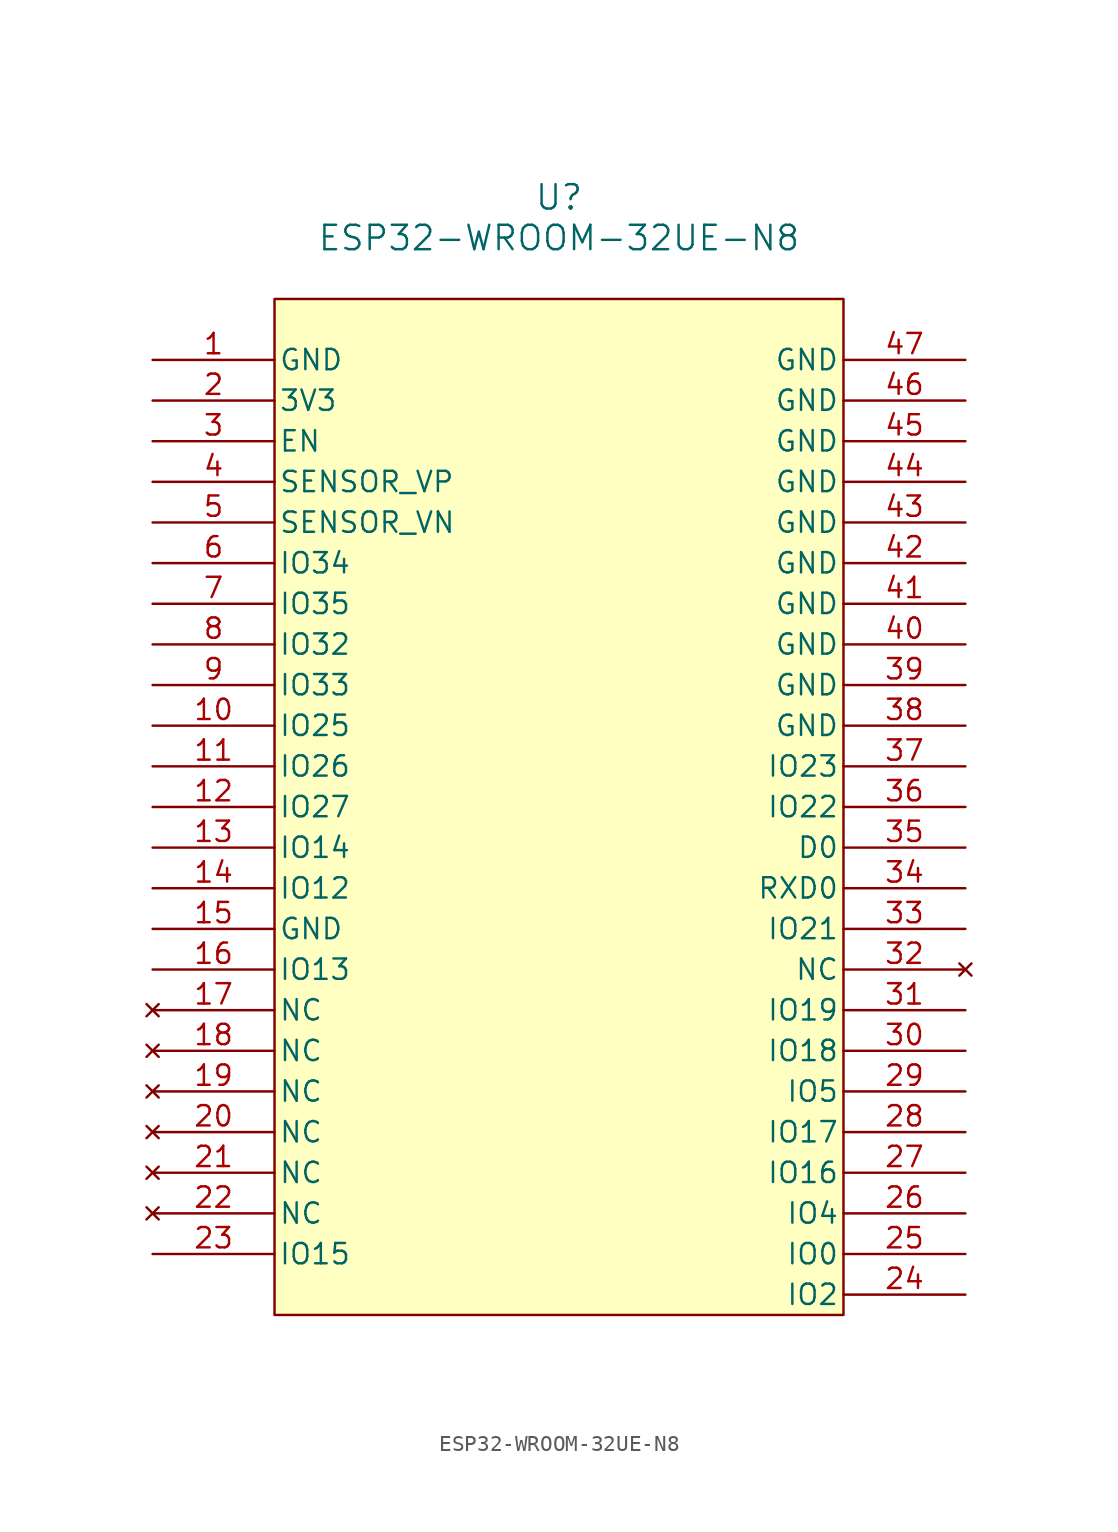
<source format=kicad_sym>
(kicad_symbol_lib
  (version 20231120)
  (generator "kicad_symbol_editor")
  (generator_version "8.0")
  (symbol "ESP32-WROOM-32UE-N8"
    (pin_names
      (offset 0.254))
    (property "Reference" "U"
      (at 25.4 10.16 0)
      (effects (font (size 1.524 1.524))))
    (property "Value" "ESP32-WROOM-32UE-N8"
      (at 25.4 7.62 0)
      (effects (font (size 1.524 1.524))))
    (property "ki_locked" ""
      (at 0 0 0)
      (effects (font (size 1.27 1.27))))
    (symbol "ESP32-WROOM-32UE-N8_0_1"
      (rectangle (start 7.62 3.81) (end 43.18 -59.69) (stroke (width 0) (type default)) (fill (type background)))
      (pin bidirectional line (at 0 -22.86 0) (length 7.62) (name "IO25" (effects (font (size 1.27 1.27)))) (number "10" (effects (font (size 1.27 1.27)))))
      (pin bidirectional line (at 0 -25.4 0) (length 7.62) (name "IO26" (effects (font (size 1.27 1.27)))) (number "11" (effects (font (size 1.27 1.27)))))
      (pin bidirectional line (at 0 -27.94 0) (length 7.62) (name "IO27" (effects (font (size 1.27 1.27)))) (number "12" (effects (font (size 1.27 1.27)))))
      (pin bidirectional line (at 0 -30.48 0) (length 7.62) (name "IO14" (effects (font (size 1.27 1.27)))) (number "13" (effects (font (size 1.27 1.27)))))
      (pin bidirectional line (at 0 -33.02 0) (length 7.62) (name "IO12" (effects (font (size 1.27 1.27)))) (number "14" (effects (font (size 1.27 1.27)))))
      (pin power_out line (at 0 -35.56 0) (length 7.62) (name "GND" (effects (font (size 1.27 1.27)))) (number "15" (effects (font (size 1.27 1.27)))))
      (pin bidirectional line (at 0 -38.1 0) (length 7.62) (name "IO13" (effects (font (size 1.27 1.27)))) (number "16" (effects (font (size 1.27 1.27)))))
      (pin no_connect line (at 0 -40.64 0) (length 7.62) (name "NC" (effects (font (size 1.27 1.27)))) (number "17" (effects (font (size 1.27 1.27)))))
      (pin no_connect line (at 0 -43.18 0) (length 7.62) (name "NC" (effects (font (size 1.27 1.27)))) (number "18" (effects (font (size 1.27 1.27)))))
      (pin no_connect line (at 0 -45.72 0) (length 7.62) (name "NC" (effects (font (size 1.27 1.27)))) (number "19" (effects (font (size 1.27 1.27)))))
      (pin power_in line (at 0 -2.54 0) (length 7.62) (name "3V3" (effects (font (size 1.27 1.27)))) (number "2" (effects (font (size 1.27 1.27)))))
      (pin no_connect line (at 0 -48.26 0) (length 7.62) (name "NC" (effects (font (size 1.27 1.27)))) (number "20" (effects (font (size 1.27 1.27)))))
      (pin no_connect line (at 0 -50.8 0) (length 7.62) (name "NC" (effects (font (size 1.27 1.27)))) (number "21" (effects (font (size 1.27 1.27)))))
      (pin no_connect line (at 0 -53.34 0) (length 7.62) (name "NC" (effects (font (size 1.27 1.27)))) (number "22" (effects (font (size 1.27 1.27)))))
      (pin bidirectional line (at 0 -55.88 0) (length 7.62) (name "IO15" (effects (font (size 1.27 1.27)))) (number "23" (effects (font (size 1.27 1.27)))))
      (pin bidirectional line (at 50.8 -58.42 180) (length 7.62) (name "IO2" (effects (font (size 1.27 1.27)))) (number "24" (effects (font (size 1.27 1.27)))))
      (pin bidirectional line (at 50.8 -55.88 180) (length 7.62) (name "IO0" (effects (font (size 1.27 1.27)))) (number "25" (effects (font (size 1.27 1.27)))))
      (pin bidirectional line (at 50.8 -53.34 180) (length 7.62) (name "IO4" (effects (font (size 1.27 1.27)))) (number "26" (effects (font (size 1.27 1.27)))))
      (pin bidirectional line (at 50.8 -50.8 180) (length 7.62) (name "IO16" (effects (font (size 1.27 1.27)))) (number "27" (effects (font (size 1.27 1.27)))))
      (pin bidirectional line (at 50.8 -48.26 180) (length 7.62) (name "IO17" (effects (font (size 1.27 1.27)))) (number "28" (effects (font (size 1.27 1.27)))))
      (pin bidirectional line (at 50.8 -45.72 180) (length 7.62) (name "IO5" (effects (font (size 1.27 1.27)))) (number "29" (effects (font (size 1.27 1.27)))))
      (pin input line (at 0 -5.08 0) (length 7.62) (name "EN" (effects (font (size 1.27 1.27)))) (number "3" (effects (font (size 1.27 1.27)))))
      (pin bidirectional line (at 50.8 -43.18 180) (length 7.62) (name "IO18" (effects (font (size 1.27 1.27)))) (number "30" (effects (font (size 1.27 1.27)))))
      (pin bidirectional line (at 50.8 -40.64 180) (length 7.62) (name "IO19" (effects (font (size 1.27 1.27)))) (number "31" (effects (font (size 1.27 1.27)))))
      (pin no_connect line (at 50.8 -38.1 180) (length 7.62) (name "NC" (effects (font (size 1.27 1.27)))) (number "32" (effects (font (size 1.27 1.27)))))
      (pin bidirectional line (at 50.8 -35.56 180) (length 7.62) (name "IO21" (effects (font (size 1.27 1.27)))) (number "33" (effects (font (size 1.27 1.27)))))
      (pin bidirectional line (at 50.8 -33.02 180) (length 7.62) (name "RXD0" (effects (font (size 1.27 1.27)))) (number "34" (effects (font (size 1.27 1.27)))))
      (pin bidirectional line (at 50.8 -30.48 180) (length 7.62) (name "D0" (effects (font (size 1.27 1.27)))) (number "35" (effects (font (size 1.27 1.27)))))
      (pin bidirectional line (at 50.8 -27.94 180) (length 7.62) (name "IO22" (effects (font (size 1.27 1.27)))) (number "36" (effects (font (size 1.27 1.27)))))
      (pin bidirectional line (at 50.8 -25.4 180) (length 7.62) (name "IO23" (effects (font (size 1.27 1.27)))) (number "37" (effects (font (size 1.27 1.27)))))
      (pin power_in line (at 50.8 -20.32 180) (length 7.62) (name "GND" (effects (font (size 1.27 1.27)))) (number "39" (effects (font (size 1.27 1.27)))))
      (pin input line (at 0 -7.62 0) (length 7.62) (name "SENSOR_VP" (effects (font (size 1.27 1.27)))) (number "4" (effects (font (size 1.27 1.27)))))
      (pin power_in line (at 50.8 -17.78 180) (length 7.62) (name "GND" (effects (font (size 1.27 1.27)))) (number "40" (effects (font (size 1.27 1.27)))))
      (pin power_in line (at 50.8 -15.24 180) (length 7.62) (name "GND" (effects (font (size 1.27 1.27)))) (number "41" (effects (font (size 1.27 1.27)))))
      (pin power_in line (at 50.8 -12.7 180) (length 7.62) (name "GND" (effects (font (size 1.27 1.27)))) (number "42" (effects (font (size 1.27 1.27)))))
      (pin power_in line (at 50.8 -10.16 180) (length 7.62) (name "GND" (effects (font (size 1.27 1.27)))) (number "43" (effects (font (size 1.27 1.27)))))
      (pin power_in line (at 50.8 -7.62 180) (length 7.62) (name "GND" (effects (font (size 1.27 1.27)))) (number "44" (effects (font (size 1.27 1.27)))))
      (pin power_in line (at 50.8 -5.08 180) (length 7.62) (name "GND" (effects (font (size 1.27 1.27)))) (number "45" (effects (font (size 1.27 1.27)))))
      (pin power_in line (at 50.8 -2.54 180) (length 7.62) (name "GND" (effects (font (size 1.27 1.27)))) (number "46" (effects (font (size 1.27 1.27)))))
      (pin power_in line (at 50.8 0 180) (length 7.62) (name "GND" (effects (font (size 1.27 1.27)))) (number "47" (effects (font (size 1.27 1.27)))))
      (pin input line (at 0 -10.16 0) (length 7.62) (name "SENSOR_VN" (effects (font (size 1.27 1.27)))) (number "5" (effects (font (size 1.27 1.27)))))
      (pin input line (at 0 -12.7 0) (length 7.62) (name "IO34" (effects (font (size 1.27 1.27)))) (number "6" (effects (font (size 1.27 1.27)))))
      (pin input line (at 0 -15.24 0) (length 7.62) (name "IO35" (effects (font (size 1.27 1.27)))) (number "7" (effects (font (size 1.27 1.27)))))
      (pin bidirectional line (at 0 -17.78 0) (length 7.62) (name "IO32" (effects (font (size 1.27 1.27)))) (number "8" (effects (font (size 1.27 1.27)))))
      (pin bidirectional line (at 0 -20.32 0) (length 7.62) (name "IO33" (effects (font (size 1.27 1.27)))) (number "9" (effects (font (size 1.27 1.27))))))
    (symbol "ESP32-WROOM-32UE-N8_1_1"
      (pin power_in line (at 0 0 0) (length 7.62) (name "GND" (effects (font (size 1.27 1.27)))) (number "1" (effects (font (size 1.27 1.27)))))
      (pin power_out line (at 50.8 -22.86 180) (length 7.62) (name "GND" (effects (font (size 1.27 1.27)))) (number "38" (effects (font (size 1.27 1.27))))))))
</source>
